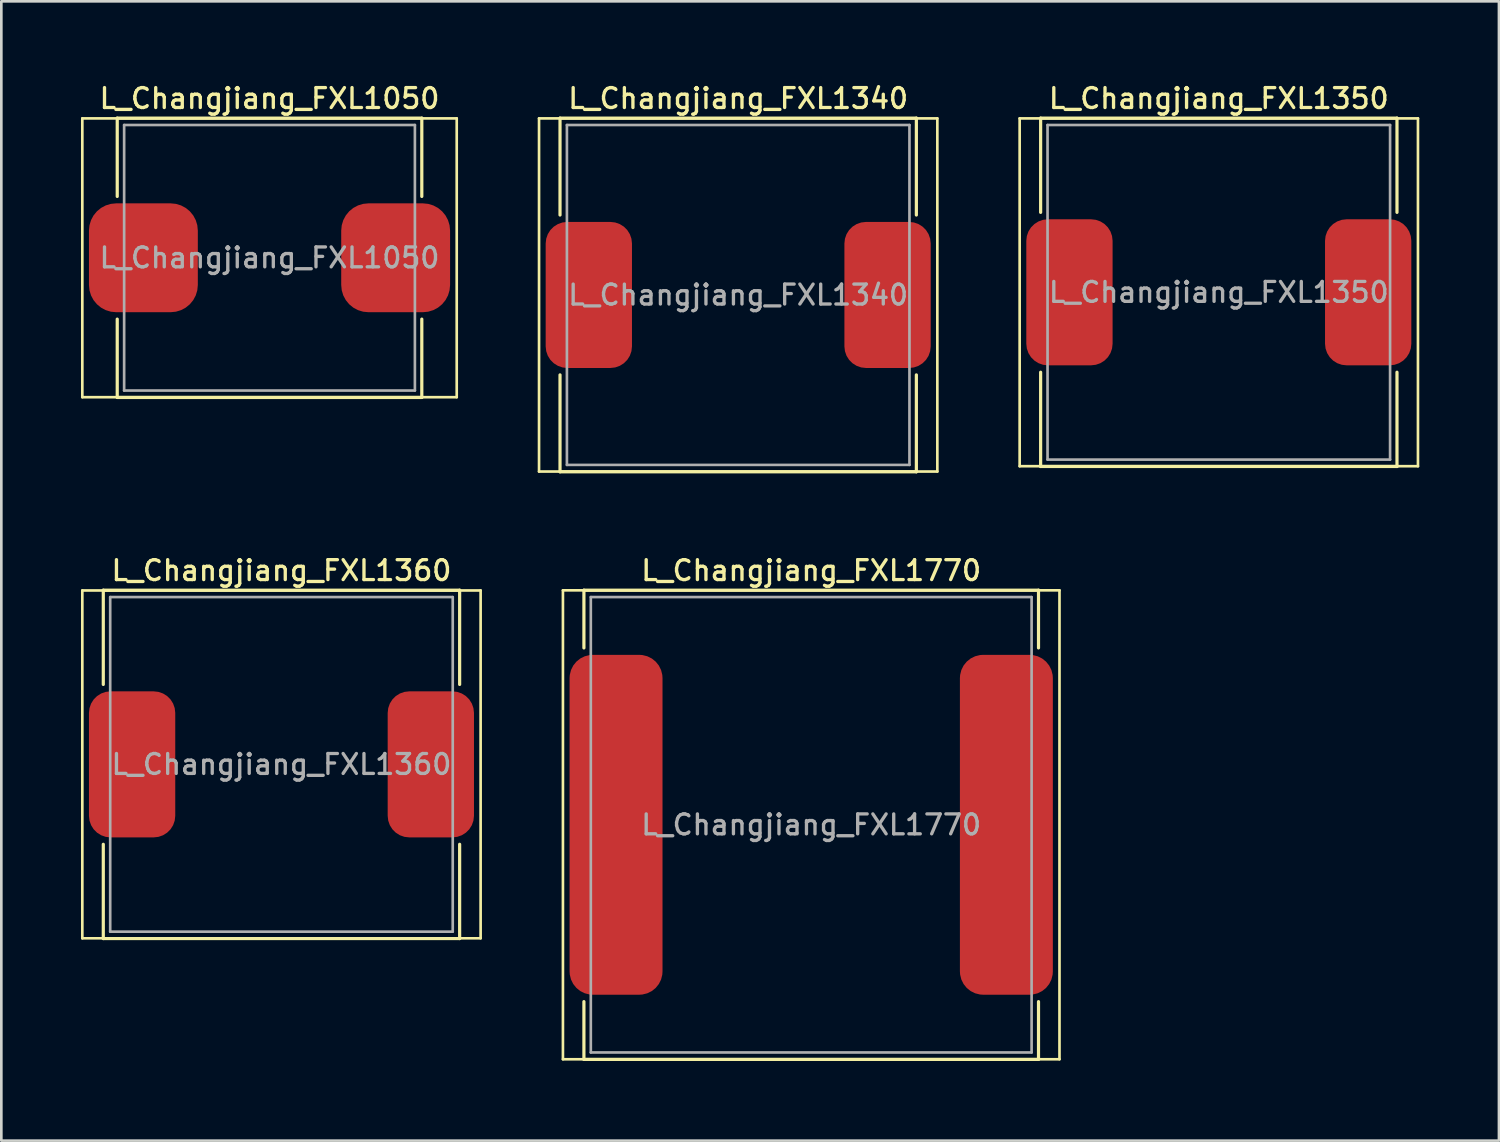
<source format=kicad_pcb>
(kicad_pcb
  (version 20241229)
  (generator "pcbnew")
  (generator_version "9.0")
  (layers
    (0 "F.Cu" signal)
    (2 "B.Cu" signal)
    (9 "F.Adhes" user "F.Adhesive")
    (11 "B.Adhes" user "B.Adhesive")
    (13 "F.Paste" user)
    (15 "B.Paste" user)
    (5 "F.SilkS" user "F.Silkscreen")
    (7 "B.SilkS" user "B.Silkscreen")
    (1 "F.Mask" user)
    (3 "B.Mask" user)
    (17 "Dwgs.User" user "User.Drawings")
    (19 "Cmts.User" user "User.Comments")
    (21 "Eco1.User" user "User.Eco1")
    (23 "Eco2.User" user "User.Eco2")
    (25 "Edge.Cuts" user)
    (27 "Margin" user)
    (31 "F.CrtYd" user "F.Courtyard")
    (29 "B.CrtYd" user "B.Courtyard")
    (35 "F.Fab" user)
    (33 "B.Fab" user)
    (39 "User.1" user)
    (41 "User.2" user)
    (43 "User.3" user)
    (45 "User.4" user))
  (footprint "L_Changjiang_FXL1770"
    (layer "F.Cu")
    (at 27.5 28.011)
    (property "Reference" "L_Changjiang_FXL1770" (at 0 -9.575 0) (layer "F.SilkS") (effects (font (size 0.75 0.75) (thickness 0.125))))
    (attr smd)
    (fp_line (start -9.35 -8.83) (end -9.35 8.83) (stroke (width 0.1) (type solid)) (layer "F.SilkS"))
    (fp_line (start -9.35 8.83) (end 9.35 8.83) (stroke (width 0.1) (type solid)) (layer "F.SilkS"))
    (fp_line (start -8.56 -8.835) (end -8.56 -6.66) (stroke (width 0.12) (type solid)) (layer "F.SilkS"))
    (fp_line (start -8.56 -8.835) (end 8.56 -8.835) (stroke (width 0.12) (type solid)) (layer "F.SilkS"))
    (fp_line (start -8.56 8.835) (end -8.56 6.66) (stroke (width 0.12) (type solid)) (layer "F.SilkS"))
    (fp_line (start -8.56 8.835) (end 8.56 8.835) (stroke (width 0.12) (type solid)) (layer "F.SilkS"))
    (fp_line (start 8.56 -8.835) (end 8.56 -6.66) (stroke (width 0.12) (type solid)) (layer "F.SilkS"))
    (fp_line (start 8.56 8.835) (end 8.56 6.66) (stroke (width 0.12) (type solid)) (layer "F.SilkS"))
    (fp_line (start 9.35 -8.83) (end -9.35 -8.83) (stroke (width 0.1) (type solid)) (layer "F.SilkS"))
    (fp_line (start 9.35 8.83) (end 9.35 -8.83) (stroke (width 0.1) (type solid)) (layer "F.SilkS"))
    (fp_line (start -8.3 -8.575) (end -8.3 8.575) (stroke (width 0.1) (type solid)) (layer "F.Fab"))
    (fp_line (start -8.3 8.575) (end 8.3 8.575) (stroke (width 0.1) (type solid)) (layer "F.Fab"))
    (fp_line (start 8.3 -8.575) (end -8.3 -8.575) (stroke (width 0.1) (type solid)) (layer "F.Fab"))
    (fp_line (start 8.3 8.575) (end 8.3 -8.575) (stroke (width 0.1) (type solid)) (layer "F.Fab"))
    (fp_text user "${REFERENCE}" (at 0 0 0) (layer "F.Fab") (effects (font (size 0.75 0.75) (thickness 0.125))))
    (pad "1" smd roundrect (at -7.35 0) (size 3.5 12.8) (layers "F.Cu" "F.Mask" "F.Paste") (roundrect_rratio 0.25))
    (pad "2" smd roundrect (at 7.35 0) (size 3.5 12.8) (layers "F.Cu" "F.Mask" "F.Paste") (roundrect_rratio 0.25)))
  (footprint "L_Changjiang_FXL1050"
    (layer "F.Cu")
    (at 7.1 6.658)
    (property "Reference" "L_Changjiang_FXL1050" (at 0 -6 0) (layer "F.SilkS") (effects (font (size 0.75 0.75) (thickness 0.125))))
    (attr smd)
    (fp_line (start -7.05 -5.25) (end -7.05 5.25) (stroke (width 0.1) (type solid)) (layer "F.SilkS"))
    (fp_line (start -7.05 5.25) (end 7.05 5.25) (stroke (width 0.1) (type solid)) (layer "F.SilkS"))
    (fp_line (start -5.735 -5.26) (end -5.735 -2.31) (stroke (width 0.12) (type solid)) (layer "F.SilkS"))
    (fp_line (start -5.735 -5.26) (end 5.735 -5.26) (stroke (width 0.12) (type solid)) (layer "F.SilkS"))
    (fp_line (start -5.735 5.26) (end -5.735 2.31) (stroke (width 0.12) (type solid)) (layer "F.SilkS"))
    (fp_line (start -5.735 5.26) (end 5.735 5.26) (stroke (width 0.12) (type solid)) (layer "F.SilkS"))
    (fp_line (start 5.735 -5.26) (end 5.735 -2.31) (stroke (width 0.12) (type solid)) (layer "F.SilkS"))
    (fp_line (start 5.735 5.26) (end 5.735 2.31) (stroke (width 0.12) (type solid)) (layer "F.SilkS"))
    (fp_line (start 7.05 -5.25) (end -7.05 -5.25) (stroke (width 0.1) (type solid)) (layer "F.SilkS"))
    (fp_line (start 7.05 5.25) (end 7.05 -5.25) (stroke (width 0.1) (type solid)) (layer "F.SilkS"))
    (fp_line (start -5.475 -5) (end -5.475 5) (stroke (width 0.1) (type solid)) (layer "F.Fab"))
    (fp_line (start -5.475 5) (end 5.475 5) (stroke (width 0.1) (type solid)) (layer "F.Fab"))
    (fp_line (start 5.475 -5) (end -5.475 -5) (stroke (width 0.1) (type solid)) (layer "F.Fab"))
    (fp_line (start 5.475 5) (end 5.475 -5) (stroke (width 0.1) (type solid)) (layer "F.Fab"))
    (fp_text user "${REFERENCE}" (at 0 0 0) (layer "F.Fab") (effects (font (size 0.75 0.75) (thickness 0.125))))
    (pad "1" smd roundrect (at -4.75 0) (size 4.1 4.1) (layers "F.Cu" "F.Mask" "F.Paste") (roundrect_rratio 0.25))
    (pad "2" smd roundrect (at 4.75 0) (size 4.1 4.1) (layers "F.Cu" "F.Mask" "F.Paste") (roundrect_rratio 0.25)))
  (footprint "L_Changjiang_FXL1360"
    (layer "F.Cu")
    (at 7.55 25.736)
    (property "Reference" "L_Changjiang_FXL1360" (at 0 -7.3 0) (layer "F.SilkS") (effects (font (size 0.75 0.75) (thickness 0.125))))
    (attr smd)
    (fp_line (start -7.5 -6.55) (end -7.5 6.55) (stroke (width 0.1) (type solid)) (layer "F.SilkS"))
    (fp_line (start -7.5 6.55) (end 7.5 6.55) (stroke (width 0.1) (type solid)) (layer "F.SilkS"))
    (fp_line (start -6.71 -6.56) (end -6.71 -3.01) (stroke (width 0.12) (type solid)) (layer "F.SilkS"))
    (fp_line (start -6.71 -6.56) (end 6.71 -6.56) (stroke (width 0.12) (type solid)) (layer "F.SilkS"))
    (fp_line (start -6.71 6.56) (end -6.71 3.01) (stroke (width 0.12) (type solid)) (layer "F.SilkS"))
    (fp_line (start -6.71 6.56) (end 6.71 6.56) (stroke (width 0.12) (type solid)) (layer "F.SilkS"))
    (fp_line (start 6.71 -6.56) (end 6.71 -3.01) (stroke (width 0.12) (type solid)) (layer "F.SilkS"))
    (fp_line (start 6.71 6.56) (end 6.71 3.01) (stroke (width 0.12) (type solid)) (layer "F.SilkS"))
    (fp_line (start 7.5 -6.55) (end -7.5 -6.55) (stroke (width 0.1) (type solid)) (layer "F.SilkS"))
    (fp_line (start 7.5 6.55) (end 7.5 -6.55) (stroke (width 0.1) (type solid)) (layer "F.SilkS"))
    (fp_line (start -6.45 -6.3) (end -6.45 6.3) (stroke (width 0.1) (type solid)) (layer "F.Fab"))
    (fp_line (start -6.45 6.3) (end 6.45 6.3) (stroke (width 0.1) (type solid)) (layer "F.Fab"))
    (fp_line (start 6.45 -6.3) (end -6.45 -6.3) (stroke (width 0.1) (type solid)) (layer "F.Fab"))
    (fp_line (start 6.45 6.3) (end 6.45 -6.3) (stroke (width 0.1) (type solid)) (layer "F.Fab"))
    (fp_text user "${REFERENCE}" (at 0 0 0) (layer "F.Fab") (effects (font (size 0.75 0.75) (thickness 0.125))))
    (pad "1" smd roundrect (at -5.625 0) (size 3.25 5.5) (layers "F.Cu" "F.Mask" "F.Paste") (roundrect_rratio 0.25))
    (pad "2" smd roundrect (at 5.625 0) (size 3.25 5.5) (layers "F.Cu" "F.Mask" "F.Paste") (roundrect_rratio 0.25)))
  (footprint "L_Changjiang_FXL1350"
    (layer "F.Cu")
    (at 42.85 7.958)
    (property "Reference" "L_Changjiang_FXL1350" (at 0 -7.3 0) (layer "F.SilkS") (effects (font (size 0.75 0.75) (thickness 0.125))))
    (attr smd)
    (fp_line (start -7.5 -6.55) (end -7.5 6.55) (stroke (width 0.1) (type solid)) (layer "F.SilkS"))
    (fp_line (start -7.5 6.55) (end 7.5 6.55) (stroke (width 0.1) (type solid)) (layer "F.SilkS"))
    (fp_line (start -6.71 -6.56) (end -6.71 -3.01) (stroke (width 0.12) (type solid)) (layer "F.SilkS"))
    (fp_line (start -6.71 -6.56) (end 6.71 -6.56) (stroke (width 0.12) (type solid)) (layer "F.SilkS"))
    (fp_line (start -6.71 6.56) (end -6.71 3.01) (stroke (width 0.12) (type solid)) (layer "F.SilkS"))
    (fp_line (start -6.71 6.56) (end 6.71 6.56) (stroke (width 0.12) (type solid)) (layer "F.SilkS"))
    (fp_line (start 6.71 -6.56) (end 6.71 -3.01) (stroke (width 0.12) (type solid)) (layer "F.SilkS"))
    (fp_line (start 6.71 6.56) (end 6.71 3.01) (stroke (width 0.12) (type solid)) (layer "F.SilkS"))
    (fp_line (start 7.5 -6.55) (end -7.5 -6.55) (stroke (width 0.1) (type solid)) (layer "F.SilkS"))
    (fp_line (start 7.5 6.55) (end 7.5 -6.55) (stroke (width 0.1) (type solid)) (layer "F.SilkS"))
    (fp_line (start -6.45 -6.3) (end -6.45 6.3) (stroke (width 0.1) (type solid)) (layer "F.Fab"))
    (fp_line (start -6.45 6.3) (end 6.45 6.3) (stroke (width 0.1) (type solid)) (layer "F.Fab"))
    (fp_line (start 6.45 -6.3) (end -6.45 -6.3) (stroke (width 0.1) (type solid)) (layer "F.Fab"))
    (fp_line (start 6.45 6.3) (end 6.45 -6.3) (stroke (width 0.1) (type solid)) (layer "F.Fab"))
    (fp_text user "${REFERENCE}" (at 0 0 0) (layer "F.Fab") (effects (font (size 0.75 0.75) (thickness 0.125))))
    (pad "1" smd roundrect (at -5.625 0) (size 3.25 5.5) (layers "F.Cu" "F.Mask" "F.Paste") (roundrect_rratio 0.25))
    (pad "2" smd roundrect (at 5.625 0) (size 3.25 5.5) (layers "F.Cu" "F.Mask" "F.Paste") (roundrect_rratio 0.25)))
  (footprint "L_Changjiang_FXL1340"
    (layer "F.Cu")
    (at 24.75 8.058)
    (property "Reference" "L_Changjiang_FXL1340" (at 0 -7.4 0) (layer "F.SilkS") (effects (font (size 0.75 0.75) (thickness 0.125))))
    (attr smd)
    (fp_line (start -7.5 -6.65) (end -7.5 6.65) (stroke (width 0.1) (type solid)) (layer "F.SilkS"))
    (fp_line (start -7.5 6.65) (end 7.5 6.65) (stroke (width 0.1) (type solid)) (layer "F.SilkS"))
    (fp_line (start -6.71 -6.66) (end -6.71 -3.01) (stroke (width 0.12) (type solid)) (layer "F.SilkS"))
    (fp_line (start -6.71 -6.66) (end 6.71 -6.66) (stroke (width 0.12) (type solid)) (layer "F.SilkS"))
    (fp_line (start -6.71 6.66) (end -6.71 3.01) (stroke (width 0.12) (type solid)) (layer "F.SilkS"))
    (fp_line (start -6.71 6.66) (end 6.71 6.66) (stroke (width 0.12) (type solid)) (layer "F.SilkS"))
    (fp_line (start 6.71 -6.66) (end 6.71 -3.01) (stroke (width 0.12) (type solid)) (layer "F.SilkS"))
    (fp_line (start 6.71 6.66) (end 6.71 3.01) (stroke (width 0.12) (type solid)) (layer "F.SilkS"))
    (fp_line (start 7.5 -6.65) (end -7.5 -6.65) (stroke (width 0.1) (type solid)) (layer "F.SilkS"))
    (fp_line (start 7.5 6.65) (end 7.5 -6.65) (stroke (width 0.1) (type solid)) (layer "F.SilkS"))
    (fp_line (start -6.45 -6.4) (end -6.45 6.4) (stroke (width 0.1) (type solid)) (layer "F.Fab"))
    (fp_line (start -6.45 6.4) (end 6.45 6.4) (stroke (width 0.1) (type solid)) (layer "F.Fab"))
    (fp_line (start 6.45 -6.4) (end -6.45 -6.4) (stroke (width 0.1) (type solid)) (layer "F.Fab"))
    (fp_line (start 6.45 6.4) (end 6.45 -6.4) (stroke (width 0.1) (type solid)) (layer "F.Fab"))
    (fp_text user "${REFERENCE}" (at 0 0 0) (layer "F.Fab") (effects (font (size 0.75 0.75) (thickness 0.125))))
    (pad "1" smd roundrect (at -5.625 0) (size 3.25 5.5) (layers "F.Cu" "F.Mask" "F.Paste") (roundrect_rratio 0.25))
    (pad "2" smd roundrect (at 5.625 0) (size 3.25 5.5) (layers "F.Cu" "F.Mask" "F.Paste") (roundrect_rratio 0.25)))
  (gr_rect
    (start -3 -3)
    (end 53.4 39.906)
    (stroke (width 0.1) (type default))
    (fill no)
    (layer "Edge.Cuts")))
</source>
